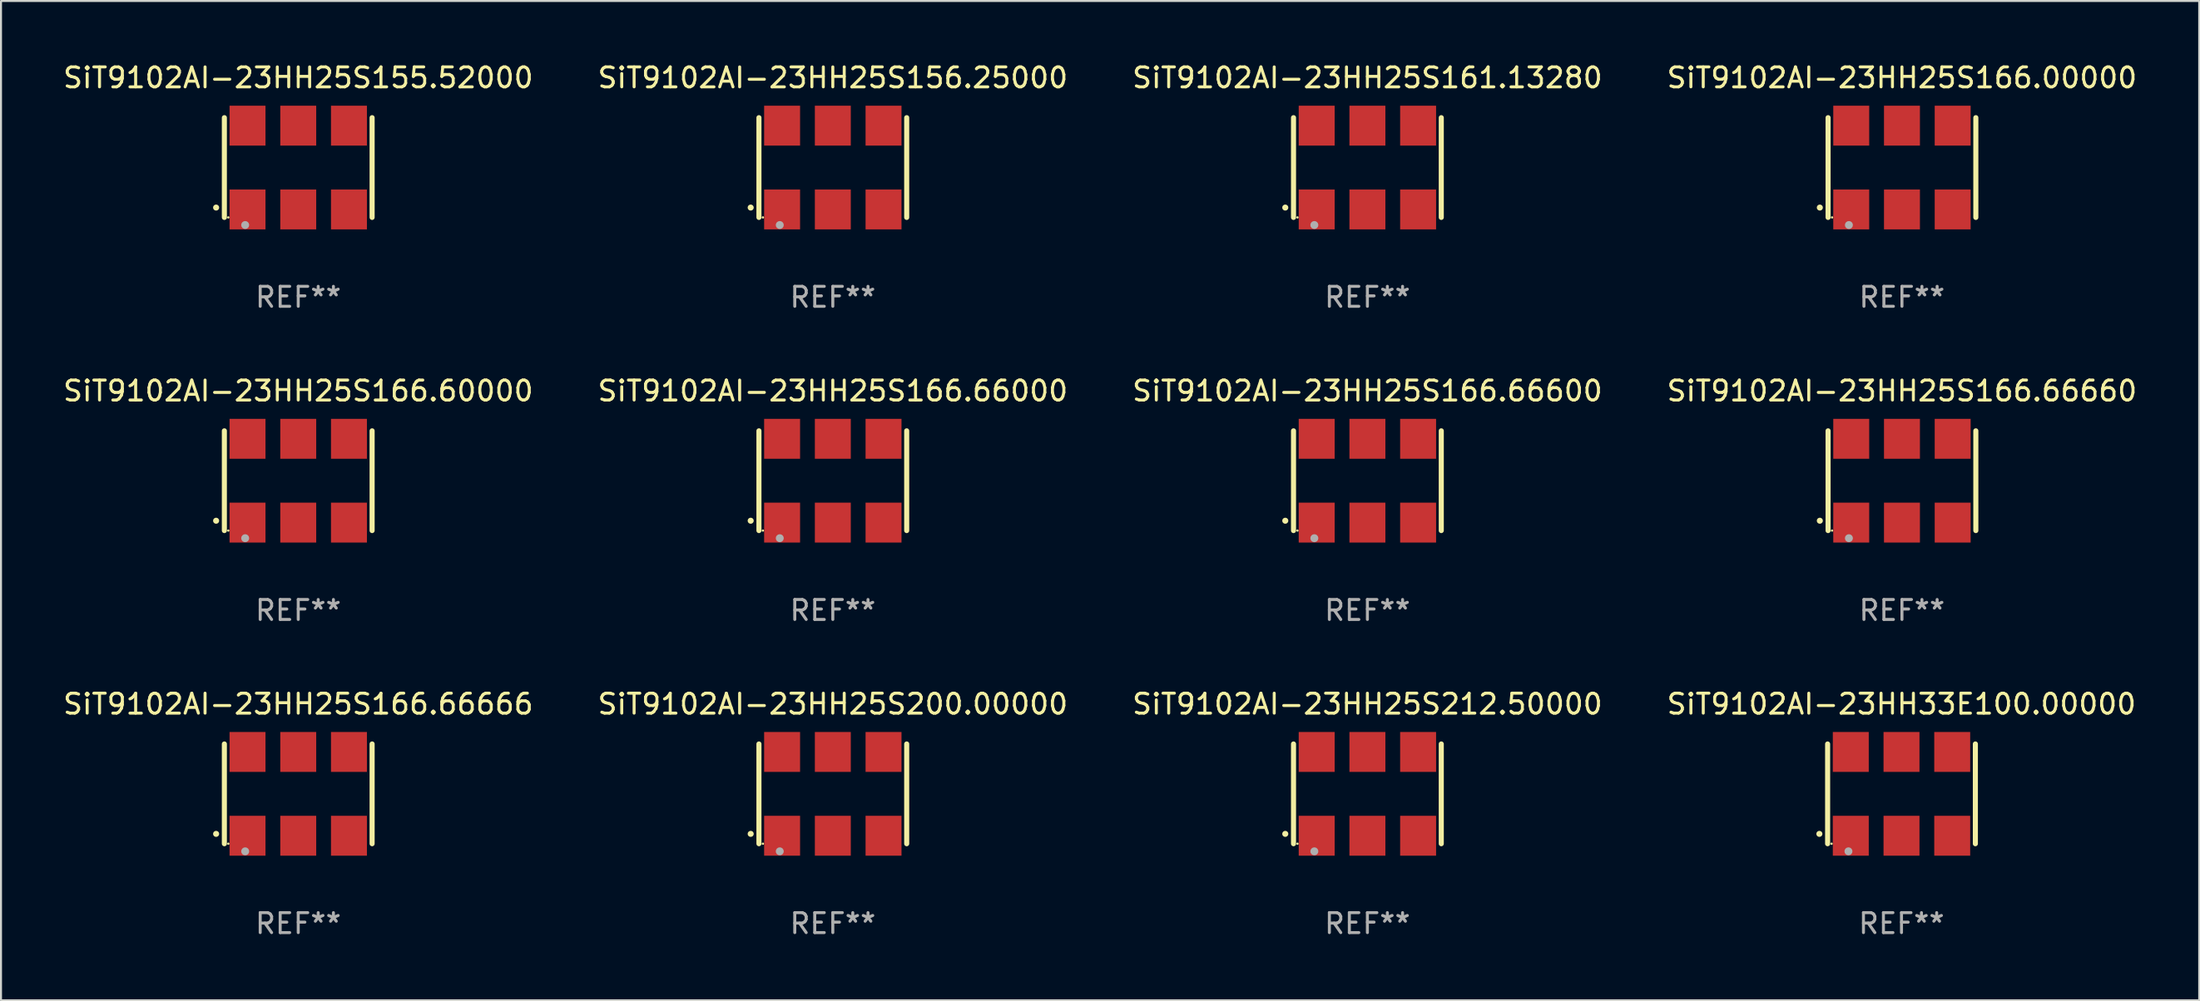
<source format=kicad_pcb>
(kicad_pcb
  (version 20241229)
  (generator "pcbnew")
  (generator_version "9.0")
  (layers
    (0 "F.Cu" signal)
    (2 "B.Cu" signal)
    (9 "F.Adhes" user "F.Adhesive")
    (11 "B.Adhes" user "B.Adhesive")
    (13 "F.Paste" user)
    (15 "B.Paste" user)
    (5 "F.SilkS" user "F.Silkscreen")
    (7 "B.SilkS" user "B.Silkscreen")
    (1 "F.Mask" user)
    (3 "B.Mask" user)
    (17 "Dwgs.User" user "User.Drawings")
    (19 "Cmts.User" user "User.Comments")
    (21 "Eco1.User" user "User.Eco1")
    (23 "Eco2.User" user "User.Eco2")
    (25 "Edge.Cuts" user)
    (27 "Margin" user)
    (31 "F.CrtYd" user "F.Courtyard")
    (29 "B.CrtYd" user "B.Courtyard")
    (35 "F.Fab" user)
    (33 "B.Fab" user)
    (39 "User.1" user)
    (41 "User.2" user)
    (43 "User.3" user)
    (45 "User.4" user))
  (footprint "SiT9102AI-23HH25S166.60000"
    (layer "F.Cu")
    (at 11.887 21.045)
    (property "Reference" "SiT9102AI-23HH25S166.60000" (at 0 -4.5 0) (layer "F.SilkS") (effects (font (size 1 1) (thickness 0.15))))
    (attr through_hole)
    (fp_line (start -3.7 -2.5) (end -3.7 2.5) (stroke (width 0.254) (type solid)) (layer "F.SilkS"))
    (fp_line (start 3.7 -2.5) (end 3.7 2.5) (stroke (width 0.254) (type solid)) (layer "F.SilkS"))
    (fp_arc (start -4.114415 2.006604) (mid -4.113145 2.006599) (end -4.111875 2.006604) (stroke (width 0.3) (type solid)) (layer "F.SilkS"))
    (fp_circle (center -3.502 2.5) (end -3.472 2.5) (stroke (width 0.06) (type solid)) (fill no) (layer "F.SilkS"))
    (fp_circle (center -2.657 2.882) (end -2.557 2.882) (stroke (width 0.2) (type solid)) (fill no) (layer "F.Fab"))
    (fp_text user "REF**" (at 0 6.5 0) (layer "F.Fab") (effects (font (size 1 1) (thickness 0.15))))
    (pad "1" smd rect (at -2.54 2.1) (size 1.8 2) (layers "F.Cu" "F.Mask" "F.Paste"))
    (pad "2" smd rect (at 0.000394 2.1) (size 1.8 2) (layers "F.Cu" "F.Mask" "F.Paste"))
    (pad "3" smd rect (at 2.54 2.1) (size 1.8 2) (layers "F.Cu" "F.Mask" "F.Paste"))
    (pad "4" smd rect (at 2.54 -2.1) (size 1.8 2) (layers "F.Cu" "F.Mask" "F.Paste"))
    (pad "5" smd rect (at 0.000394 -2.1) (size 1.8 2) (layers "F.Cu" "F.Mask" "F.Paste"))
    (pad "6" smd rect (at -2.54 -2.1) (size 1.8 2) (layers "F.Cu" "F.Mask" "F.Paste")))
  (footprint "SiT9102AI-23HH25S166.66600"
    (layer "F.Cu")
    (at 65.435 21.045)
    (property "Reference" "SiT9102AI-23HH25S166.66600" (at 0 -4.5 0) (layer "F.SilkS") (effects (font (size 1 1) (thickness 0.15))))
    (attr through_hole)
    (fp_line (start -3.7 -2.5) (end -3.7 2.5) (stroke (width 0.254) (type solid)) (layer "F.SilkS"))
    (fp_line (start 3.7 -2.5) (end 3.7 2.5) (stroke (width 0.254) (type solid)) (layer "F.SilkS"))
    (fp_arc (start -4.114415 2.006604) (mid -4.113145 2.006599) (end -4.111875 2.006604) (stroke (width 0.3) (type solid)) (layer "F.SilkS"))
    (fp_circle (center -3.502 2.5) (end -3.472 2.5) (stroke (width 0.06) (type solid)) (fill no) (layer "F.SilkS"))
    (fp_circle (center -2.657 2.882) (end -2.557 2.882) (stroke (width 0.2) (type solid)) (fill no) (layer "F.Fab"))
    (fp_text user "REF**" (at 0 6.5 0) (layer "F.Fab") (effects (font (size 1 1) (thickness 0.15))))
    (pad "1" smd rect (at -2.54 2.1) (size 1.8 2) (layers "F.Cu" "F.Mask" "F.Paste"))
    (pad "2" smd rect (at 0.000394 2.1) (size 1.8 2) (layers "F.Cu" "F.Mask" "F.Paste"))
    (pad "3" smd rect (at 2.54 2.1) (size 1.8 2) (layers "F.Cu" "F.Mask" "F.Paste"))
    (pad "4" smd rect (at 2.54 -2.1) (size 1.8 2) (layers "F.Cu" "F.Mask" "F.Paste"))
    (pad "5" smd rect (at 0.000394 -2.1) (size 1.8 2) (layers "F.Cu" "F.Mask" "F.Paste"))
    (pad "6" smd rect (at -2.54 -2.1) (size 1.8 2) (layers "F.Cu" "F.Mask" "F.Paste")))
  (footprint "SiT9102AI-23HH25S155.52000"
    (layer "F.Cu")
    (at 11.887 5.348)
    (property "Reference" "SiT9102AI-23HH25S155.52000" (at 0 -4.5 0) (layer "F.SilkS") (effects (font (size 1 1) (thickness 0.15))))
    (attr through_hole)
    (fp_line (start -3.7 -2.5) (end -3.7 2.5) (stroke (width 0.254) (type solid)) (layer "F.SilkS"))
    (fp_line (start 3.7 -2.5) (end 3.7 2.5) (stroke (width 0.254) (type solid)) (layer "F.SilkS"))
    (fp_arc (start -4.114415 2.006604) (mid -4.113145 2.006599) (end -4.111875 2.006604) (stroke (width 0.3) (type solid)) (layer "F.SilkS"))
    (fp_circle (center -3.502 2.5) (end -3.472 2.5) (stroke (width 0.06) (type solid)) (fill no) (layer "F.SilkS"))
    (fp_circle (center -2.657 2.882) (end -2.557 2.882) (stroke (width 0.2) (type solid)) (fill no) (layer "F.Fab"))
    (fp_text user "REF**" (at 0 6.5 0) (layer "F.Fab") (effects (font (size 1 1) (thickness 0.15))))
    (pad "1" smd rect (at -2.54 2.1) (size 1.8 2) (layers "F.Cu" "F.Mask" "F.Paste"))
    (pad "2" smd rect (at 0.000394 2.1) (size 1.8 2) (layers "F.Cu" "F.Mask" "F.Paste"))
    (pad "3" smd rect (at 2.54 2.1) (size 1.8 2) (layers "F.Cu" "F.Mask" "F.Paste"))
    (pad "4" smd rect (at 2.54 -2.1) (size 1.8 2) (layers "F.Cu" "F.Mask" "F.Paste"))
    (pad "5" smd rect (at 0.000394 -2.1) (size 1.8 2) (layers "F.Cu" "F.Mask" "F.Paste"))
    (pad "6" smd rect (at -2.54 -2.1) (size 1.8 2) (layers "F.Cu" "F.Mask" "F.Paste")))
  (footprint "SiT9102AI-23HH25S161.13280"
    (layer "F.Cu")
    (at 65.435 5.348)
    (property "Reference" "SiT9102AI-23HH25S161.13280" (at 0 -4.5 0) (layer "F.SilkS") (effects (font (size 1 1) (thickness 0.15))))
    (attr through_hole)
    (fp_line (start -3.7 -2.5) (end -3.7 2.5) (stroke (width 0.254) (type solid)) (layer "F.SilkS"))
    (fp_line (start 3.7 -2.5) (end 3.7 2.5) (stroke (width 0.254) (type solid)) (layer "F.SilkS"))
    (fp_arc (start -4.114415 2.006604) (mid -4.113145 2.006599) (end -4.111875 2.006604) (stroke (width 0.3) (type solid)) (layer "F.SilkS"))
    (fp_circle (center -3.502 2.5) (end -3.472 2.5) (stroke (width 0.06) (type solid)) (fill no) (layer "F.SilkS"))
    (fp_circle (center -2.657 2.882) (end -2.557 2.882) (stroke (width 0.2) (type solid)) (fill no) (layer "F.Fab"))
    (fp_text user "REF**" (at 0 6.5 0) (layer "F.Fab") (effects (font (size 1 1) (thickness 0.15))))
    (pad "1" smd rect (at -2.54 2.1) (size 1.8 2) (layers "F.Cu" "F.Mask" "F.Paste"))
    (pad "2" smd rect (at 0.000394 2.1) (size 1.8 2) (layers "F.Cu" "F.Mask" "F.Paste"))
    (pad "3" smd rect (at 2.54 2.1) (size 1.8 2) (layers "F.Cu" "F.Mask" "F.Paste"))
    (pad "4" smd rect (at 2.54 -2.1) (size 1.8 2) (layers "F.Cu" "F.Mask" "F.Paste"))
    (pad "5" smd rect (at 0.000394 -2.1) (size 1.8 2) (layers "F.Cu" "F.Mask" "F.Paste"))
    (pad "6" smd rect (at -2.54 -2.1) (size 1.8 2) (layers "F.Cu" "F.Mask" "F.Paste")))
  (footprint "SiT9102AI-23HH25S166.66660"
    (layer "F.Cu")
    (at 92.208 21.045)
    (property "Reference" "SiT9102AI-23HH25S166.66660" (at 0 -4.5 0) (layer "F.SilkS") (effects (font (size 1 1) (thickness 0.15))))
    (attr through_hole)
    (fp_line (start -3.7 -2.5) (end -3.7 2.5) (stroke (width 0.254) (type solid)) (layer "F.SilkS"))
    (fp_line (start 3.7 -2.5) (end 3.7 2.5) (stroke (width 0.254) (type solid)) (layer "F.SilkS"))
    (fp_arc (start -4.114415 2.006604) (mid -4.113145 2.006599) (end -4.111875 2.006604) (stroke (width 0.3) (type solid)) (layer "F.SilkS"))
    (fp_circle (center -3.502 2.5) (end -3.472 2.5) (stroke (width 0.06) (type solid)) (fill no) (layer "F.SilkS"))
    (fp_circle (center -2.657 2.882) (end -2.557 2.882) (stroke (width 0.2) (type solid)) (fill no) (layer "F.Fab"))
    (fp_text user "REF**" (at 0 6.5 0) (layer "F.Fab") (effects (font (size 1 1) (thickness 0.15))))
    (pad "1" smd rect (at -2.54 2.1) (size 1.8 2) (layers "F.Cu" "F.Mask" "F.Paste"))
    (pad "2" smd rect (at 0.000394 2.1) (size 1.8 2) (layers "F.Cu" "F.Mask" "F.Paste"))
    (pad "3" smd rect (at 2.54 2.1) (size 1.8 2) (layers "F.Cu" "F.Mask" "F.Paste"))
    (pad "4" smd rect (at 2.54 -2.1) (size 1.8 2) (layers "F.Cu" "F.Mask" "F.Paste"))
    (pad "5" smd rect (at 0.000394 -2.1) (size 1.8 2) (layers "F.Cu" "F.Mask" "F.Paste"))
    (pad "6" smd rect (at -2.54 -2.1) (size 1.8 2) (layers "F.Cu" "F.Mask" "F.Paste")))
  (footprint "SiT9102AI-23HH25S166.66000"
    (layer "F.Cu")
    (at 38.661 21.045)
    (property "Reference" "SiT9102AI-23HH25S166.66000" (at 0 -4.5 0) (layer "F.SilkS") (effects (font (size 1 1) (thickness 0.15))))
    (attr through_hole)
    (fp_line (start -3.7 -2.5) (end -3.7 2.5) (stroke (width 0.254) (type solid)) (layer "F.SilkS"))
    (fp_line (start 3.7 -2.5) (end 3.7 2.5) (stroke (width 0.254) (type solid)) (layer "F.SilkS"))
    (fp_arc (start -4.114415 2.006604) (mid -4.113145 2.006599) (end -4.111875 2.006604) (stroke (width 0.3) (type solid)) (layer "F.SilkS"))
    (fp_circle (center -3.502 2.5) (end -3.472 2.5) (stroke (width 0.06) (type solid)) (fill no) (layer "F.SilkS"))
    (fp_circle (center -2.657 2.882) (end -2.557 2.882) (stroke (width 0.2) (type solid)) (fill no) (layer "F.Fab"))
    (fp_text user "REF**" (at 0 6.5 0) (layer "F.Fab") (effects (font (size 1 1) (thickness 0.15))))
    (pad "1" smd rect (at -2.54 2.1) (size 1.8 2) (layers "F.Cu" "F.Mask" "F.Paste"))
    (pad "2" smd rect (at 0.000394 2.1) (size 1.8 2) (layers "F.Cu" "F.Mask" "F.Paste"))
    (pad "3" smd rect (at 2.54 2.1) (size 1.8 2) (layers "F.Cu" "F.Mask" "F.Paste"))
    (pad "4" smd rect (at 2.54 -2.1) (size 1.8 2) (layers "F.Cu" "F.Mask" "F.Paste"))
    (pad "5" smd rect (at 0.000394 -2.1) (size 1.8 2) (layers "F.Cu" "F.Mask" "F.Paste"))
    (pad "6" smd rect (at -2.54 -2.1) (size 1.8 2) (layers "F.Cu" "F.Mask" "F.Paste")))
  (footprint "SiT9102AI-23HH25S166.66666"
    (layer "F.Cu")
    (at 11.887 36.741)
    (property "Reference" "SiT9102AI-23HH25S166.66666" (at 0 -4.5 0) (layer "F.SilkS") (effects (font (size 1 1) (thickness 0.15))))
    (attr through_hole)
    (fp_line (start -3.7 -2.5) (end -3.7 2.5) (stroke (width 0.254) (type solid)) (layer "F.SilkS"))
    (fp_line (start 3.7 -2.5) (end 3.7 2.5) (stroke (width 0.254) (type solid)) (layer "F.SilkS"))
    (fp_arc (start -4.114415 2.006604) (mid -4.113145 2.006599) (end -4.111875 2.006604) (stroke (width 0.3) (type solid)) (layer "F.SilkS"))
    (fp_circle (center -3.502 2.5) (end -3.472 2.5) (stroke (width 0.06) (type solid)) (fill no) (layer "F.SilkS"))
    (fp_circle (center -2.657 2.882) (end -2.557 2.882) (stroke (width 0.2) (type solid)) (fill no) (layer "F.Fab"))
    (fp_text user "REF**" (at 0 6.5 0) (layer "F.Fab") (effects (font (size 1 1) (thickness 0.15))))
    (pad "1" smd rect (at -2.54 2.1) (size 1.8 2) (layers "F.Cu" "F.Mask" "F.Paste"))
    (pad "2" smd rect (at 0.000394 2.1) (size 1.8 2) (layers "F.Cu" "F.Mask" "F.Paste"))
    (pad "3" smd rect (at 2.54 2.1) (size 1.8 2) (layers "F.Cu" "F.Mask" "F.Paste"))
    (pad "4" smd rect (at 2.54 -2.1) (size 1.8 2) (layers "F.Cu" "F.Mask" "F.Paste"))
    (pad "5" smd rect (at 0.000394 -2.1) (size 1.8 2) (layers "F.Cu" "F.Mask" "F.Paste"))
    (pad "6" smd rect (at -2.54 -2.1) (size 1.8 2) (layers "F.Cu" "F.Mask" "F.Paste")))
  (footprint "SiT9102AI-23HH25S156.25000"
    (layer "F.Cu")
    (at 38.661 5.348)
    (property "Reference" "SiT9102AI-23HH25S156.25000" (at 0 -4.5 0) (layer "F.SilkS") (effects (font (size 1 1) (thickness 0.15))))
    (attr through_hole)
    (fp_line (start -3.7 -2.5) (end -3.7 2.5) (stroke (width 0.254) (type solid)) (layer "F.SilkS"))
    (fp_line (start 3.7 -2.5) (end 3.7 2.5) (stroke (width 0.254) (type solid)) (layer "F.SilkS"))
    (fp_arc (start -4.114415 2.006604) (mid -4.113145 2.006599) (end -4.111875 2.006604) (stroke (width 0.3) (type solid)) (layer "F.SilkS"))
    (fp_circle (center -3.502 2.5) (end -3.472 2.5) (stroke (width 0.06) (type solid)) (fill no) (layer "F.SilkS"))
    (fp_circle (center -2.657 2.882) (end -2.557 2.882) (stroke (width 0.2) (type solid)) (fill no) (layer "F.Fab"))
    (fp_text user "REF**" (at 0 6.5 0) (layer "F.Fab") (effects (font (size 1 1) (thickness 0.15))))
    (pad "1" smd rect (at -2.54 2.1) (size 1.8 2) (layers "F.Cu" "F.Mask" "F.Paste"))
    (pad "2" smd rect (at 0.000394 2.1) (size 1.8 2) (layers "F.Cu" "F.Mask" "F.Paste"))
    (pad "3" smd rect (at 2.54 2.1) (size 1.8 2) (layers "F.Cu" "F.Mask" "F.Paste"))
    (pad "4" smd rect (at 2.54 -2.1) (size 1.8 2) (layers "F.Cu" "F.Mask" "F.Paste"))
    (pad "5" smd rect (at 0.000394 -2.1) (size 1.8 2) (layers "F.Cu" "F.Mask" "F.Paste"))
    (pad "6" smd rect (at -2.54 -2.1) (size 1.8 2) (layers "F.Cu" "F.Mask" "F.Paste")))
  (footprint "SiT9102AI-23HH25S200.00000"
    (layer "F.Cu")
    (at 38.661 36.741)
    (property "Reference" "SiT9102AI-23HH25S200.00000" (at 0 -4.5 0) (layer "F.SilkS") (effects (font (size 1 1) (thickness 0.15))))
    (attr through_hole)
    (fp_line (start -3.7 -2.5) (end -3.7 2.5) (stroke (width 0.254) (type solid)) (layer "F.SilkS"))
    (fp_line (start 3.7 -2.5) (end 3.7 2.5) (stroke (width 0.254) (type solid)) (layer "F.SilkS"))
    (fp_arc (start -4.114415 2.006604) (mid -4.113145 2.006599) (end -4.111875 2.006604) (stroke (width 0.3) (type solid)) (layer "F.SilkS"))
    (fp_circle (center -3.502 2.5) (end -3.472 2.5) (stroke (width 0.06) (type solid)) (fill no) (layer "F.SilkS"))
    (fp_circle (center -2.657 2.882) (end -2.557 2.882) (stroke (width 0.2) (type solid)) (fill no) (layer "F.Fab"))
    (fp_text user "REF**" (at 0 6.5 0) (layer "F.Fab") (effects (font (size 1 1) (thickness 0.15))))
    (pad "1" smd rect (at -2.54 2.1) (size 1.8 2) (layers "F.Cu" "F.Mask" "F.Paste"))
    (pad "2" smd rect (at 0.000394 2.1) (size 1.8 2) (layers "F.Cu" "F.Mask" "F.Paste"))
    (pad "3" smd rect (at 2.54 2.1) (size 1.8 2) (layers "F.Cu" "F.Mask" "F.Paste"))
    (pad "4" smd rect (at 2.54 -2.1) (size 1.8 2) (layers "F.Cu" "F.Mask" "F.Paste"))
    (pad "5" smd rect (at 0.000394 -2.1) (size 1.8 2) (layers "F.Cu" "F.Mask" "F.Paste"))
    (pad "6" smd rect (at -2.54 -2.1) (size 1.8 2) (layers "F.Cu" "F.Mask" "F.Paste")))
  (footprint "SiT9102AI-23HH33E100.00000"
    (layer "F.Cu")
    (at 92.185 36.741)
    (property "Reference" "SiT9102AI-23HH33E100.00000" (at 0 -4.5 0) (layer "F.SilkS") (effects (font (size 1 1) (thickness 0.15))))
    (attr through_hole)
    (fp_line (start -3.7 -2.5) (end -3.7 2.5) (stroke (width 0.254) (type solid)) (layer "F.SilkS"))
    (fp_line (start 3.7 -2.5) (end 3.7 2.5) (stroke (width 0.254) (type solid)) (layer "F.SilkS"))
    (fp_arc (start -4.114415 2.006604) (mid -4.113145 2.006599) (end -4.111875 2.006604) (stroke (width 0.3) (type solid)) (layer "F.SilkS"))
    (fp_circle (center -3.502 2.5) (end -3.472 2.5) (stroke (width 0.06) (type solid)) (fill no) (layer "F.SilkS"))
    (fp_circle (center -2.657 2.882) (end -2.557 2.882) (stroke (width 0.2) (type solid)) (fill no) (layer "F.Fab"))
    (fp_text user "REF**" (at 0 6.5 0) (layer "F.Fab") (effects (font (size 1 1) (thickness 0.15))))
    (pad "1" smd rect (at -2.54 2.1) (size 1.8 2) (layers "F.Cu" "F.Mask" "F.Paste"))
    (pad "2" smd rect (at 0.000394 2.1) (size 1.8 2) (layers "F.Cu" "F.Mask" "F.Paste"))
    (pad "3" smd rect (at 2.54 2.1) (size 1.8 2) (layers "F.Cu" "F.Mask" "F.Paste"))
    (pad "4" smd rect (at 2.54 -2.1) (size 1.8 2) (layers "F.Cu" "F.Mask" "F.Paste"))
    (pad "5" smd rect (at 0.000394 -2.1) (size 1.8 2) (layers "F.Cu" "F.Mask" "F.Paste"))
    (pad "6" smd rect (at -2.54 -2.1) (size 1.8 2) (layers "F.Cu" "F.Mask" "F.Paste")))
  (footprint "SiT9102AI-23HH25S166.00000"
    (layer "F.Cu")
    (at 92.208 5.348)
    (property "Reference" "SiT9102AI-23HH25S166.00000" (at 0 -4.5 0) (layer "F.SilkS") (effects (font (size 1 1) (thickness 0.15))))
    (attr through_hole)
    (fp_line (start -3.7 -2.5) (end -3.7 2.5) (stroke (width 0.254) (type solid)) (layer "F.SilkS"))
    (fp_line (start 3.7 -2.5) (end 3.7 2.5) (stroke (width 0.254) (type solid)) (layer "F.SilkS"))
    (fp_arc (start -4.114415 2.006604) (mid -4.113145 2.006599) (end -4.111875 2.006604) (stroke (width 0.3) (type solid)) (layer "F.SilkS"))
    (fp_circle (center -3.502 2.5) (end -3.472 2.5) (stroke (width 0.06) (type solid)) (fill no) (layer "F.SilkS"))
    (fp_circle (center -2.657 2.882) (end -2.557 2.882) (stroke (width 0.2) (type solid)) (fill no) (layer "F.Fab"))
    (fp_text user "REF**" (at 0 6.5 0) (layer "F.Fab") (effects (font (size 1 1) (thickness 0.15))))
    (pad "1" smd rect (at -2.54 2.1) (size 1.8 2) (layers "F.Cu" "F.Mask" "F.Paste"))
    (pad "2" smd rect (at 0.000394 2.1) (size 1.8 2) (layers "F.Cu" "F.Mask" "F.Paste"))
    (pad "3" smd rect (at 2.54 2.1) (size 1.8 2) (layers "F.Cu" "F.Mask" "F.Paste"))
    (pad "4" smd rect (at 2.54 -2.1) (size 1.8 2) (layers "F.Cu" "F.Mask" "F.Paste"))
    (pad "5" smd rect (at 0.000394 -2.1) (size 1.8 2) (layers "F.Cu" "F.Mask" "F.Paste"))
    (pad "6" smd rect (at -2.54 -2.1) (size 1.8 2) (layers "F.Cu" "F.Mask" "F.Paste")))
  (footprint "SiT9102AI-23HH25S212.50000"
    (layer "F.Cu")
    (at 65.435 36.741)
    (property "Reference" "SiT9102AI-23HH25S212.50000" (at 0 -4.5 0) (layer "F.SilkS") (effects (font (size 1 1) (thickness 0.15))))
    (attr through_hole)
    (fp_line (start -3.7 -2.5) (end -3.7 2.5) (stroke (width 0.254) (type solid)) (layer "F.SilkS"))
    (fp_line (start 3.7 -2.5) (end 3.7 2.5) (stroke (width 0.254) (type solid)) (layer "F.SilkS"))
    (fp_arc (start -4.114415 2.006604) (mid -4.113145 2.006599) (end -4.111875 2.006604) (stroke (width 0.3) (type solid)) (layer "F.SilkS"))
    (fp_circle (center -3.502 2.5) (end -3.472 2.5) (stroke (width 0.06) (type solid)) (fill no) (layer "F.SilkS"))
    (fp_circle (center -2.657 2.882) (end -2.557 2.882) (stroke (width 0.2) (type solid)) (fill no) (layer "F.Fab"))
    (fp_text user "REF**" (at 0 6.5 0) (layer "F.Fab") (effects (font (size 1 1) (thickness 0.15))))
    (pad "1" smd rect (at -2.54 2.1) (size 1.8 2) (layers "F.Cu" "F.Mask" "F.Paste"))
    (pad "2" smd rect (at 0.000394 2.1) (size 1.8 2) (layers "F.Cu" "F.Mask" "F.Paste"))
    (pad "3" smd rect (at 2.54 2.1) (size 1.8 2) (layers "F.Cu" "F.Mask" "F.Paste"))
    (pad "4" smd rect (at 2.54 -2.1) (size 1.8 2) (layers "F.Cu" "F.Mask" "F.Paste"))
    (pad "5" smd rect (at 0.000394 -2.1) (size 1.8 2) (layers "F.Cu" "F.Mask" "F.Paste"))
    (pad "6" smd rect (at -2.54 -2.1) (size 1.8 2) (layers "F.Cu" "F.Mask" "F.Paste")))
  (gr_rect
    (start -3 -3)
    (end 107.095 47.09)
    (stroke (width 0.1) (type default))
    (fill no)
    (layer "Edge.Cuts")))
</source>
